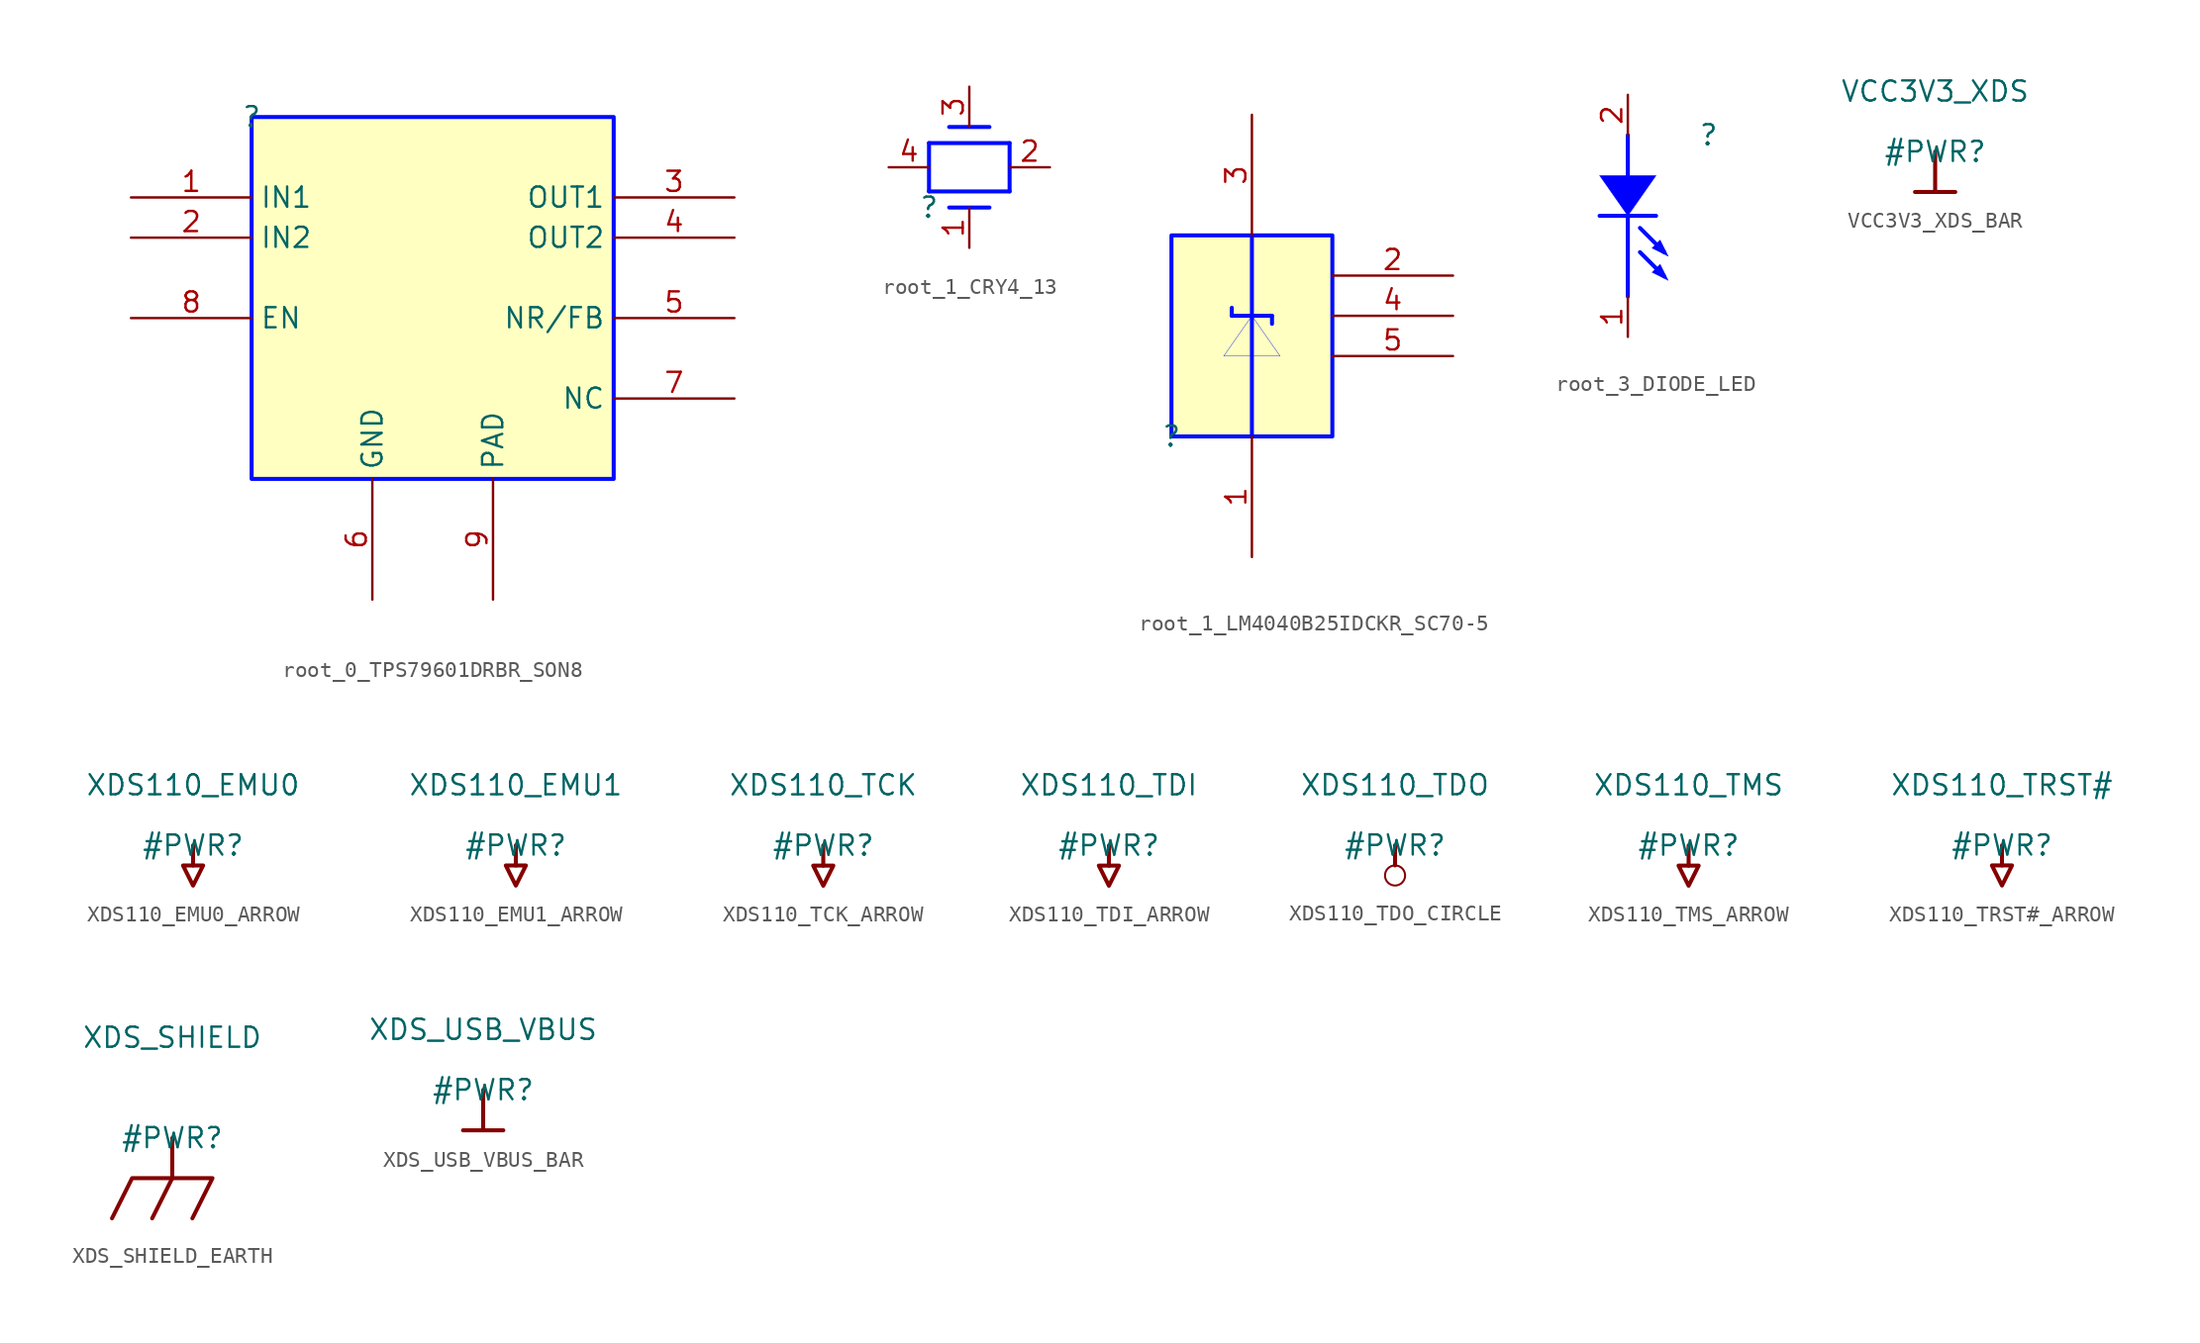
<source format=kicad_sym>
(kicad_symbol_lib
  (version 20231120)
  (generator "kicad_symbol_editor")
  (generator_version "8.0")
  (symbol "root_0_TPS79601DRBR_SON8"
    (property "Reference" ""
      (at 0 0 0)
      (effects (font (size 1.27 1.27))))
    (property "Value" ""
      (at 0 0 0)
      (effects (font (size 1.27 1.27))))
    (symbol "root_0_TPS79601DRBR_SON8_1_0"
      (rectangle (start 22.86 0) (end 0 -22.86) (stroke (width 0.254) (type solid) (color 0 11 255 1)) (fill (type background)))
      (pin input line (at -7.62 -5.08 0) (length 7.62) (name "IN1" (effects (font (size 1.27 1.27)))) (number "1" (effects (font (size 1.27 1.27)))))
      (pin input line (at -7.62 -7.62 0) (length 7.62) (name "IN2" (effects (font (size 1.27 1.27)))) (number "2" (effects (font (size 1.27 1.27)))))
      (pin output line (at 30.48 -5.08 180) (length 7.62) (name "OUT1" (effects (font (size 1.27 1.27)))) (number "3" (effects (font (size 1.27 1.27)))))
      (pin output line (at 30.48 -7.62 180) (length 7.62) (name "OUT2" (effects (font (size 1.27 1.27)))) (number "4" (effects (font (size 1.27 1.27)))))
      (pin passive line (at 30.48 -12.7 180) (length 7.62) (name "NR/FB" (effects (font (size 1.27 1.27)))) (number "5" (effects (font (size 1.27 1.27)))))
      (pin power_in line (at 7.62 -30.48 90) (length 7.62) (name "GND" (effects (font (size 1.27 1.27)))) (number "6" (effects (font (size 1.27 1.27)))))
      (pin passive line (at 30.48 -17.78 180) (length 7.62) (name "NC" (effects (font (size 1.27 1.27)))) (number "7" (effects (font (size 1.27 1.27)))))
      (pin passive line (at -7.62 -12.7 0) (length 7.62) (name "EN" (effects (font (size 1.27 1.27)))) (number "8" (effects (font (size 1.27 1.27)))))
      (pin power_in line (at 15.24 -30.48 90) (length 7.62) (name "PAD" (effects (font (size 1.27 1.27)))) (number "9" (effects (font (size 1.27 1.27)))))))
  (symbol "root_1_CRY4_13"
    (property "Reference" ""
      (at 0 0 0)
      (effects (font (size 1.27 1.27))))
    (property "Value" ""
      (at 0 0 0)
      (effects (font (size 1.27 1.27))))
    (symbol "root_1_CRY4_13_1_0"
      (polyline (pts (xy 0 1.016) (xy 5.08 1.016)) (stroke (width 0.254) (type solid) (color 0 11 255 1)) (fill (type none)))
      (polyline (pts (xy 0 4.064) (xy 0 1.016)) (stroke (width 0.254) (type solid) (color 0 11 255 1)) (fill (type none)))
      (polyline (pts (xy 1.27 0) (xy 3.81 0)) (stroke (width 0.254) (type solid) (color 0 11 255 1)) (fill (type none)))
      (polyline (pts (xy 1.27 5.08) (xy 3.81 5.08)) (stroke (width 0.254) (type solid) (color 0 11 255 1)) (fill (type none)))
      (polyline (pts (xy 5.08 1.016) (xy 5.08 4.064)) (stroke (width 0.254) (type solid) (color 0 11 255 1)) (fill (type none)))
      (polyline (pts (xy 5.08 4.064) (xy 0 4.064)) (stroke (width 0.254) (type solid) (color 0 11 255 1)) (fill (type none)))
      (pin passive line (at 2.54 -2.54 90) (length 2.54) (name "1" (effects (font (size 0 0)))) (number "1" (effects (font (size 1.27 1.27)))))
      (pin passive line (at 7.62 2.54 180) (length 2.54) (name "2" (effects (font (size 0 0)))) (number "2" (effects (font (size 1.27 1.27)))))
      (pin passive line (at 2.54 7.62 270) (length 2.54) (name "3" (effects (font (size 0 0)))) (number "3" (effects (font (size 1.27 1.27)))))
      (pin passive line (at -2.54 2.54 0) (length 2.54) (name "4" (effects (font (size 0 0)))) (number "4" (effects (font (size 1.27 1.27)))))))
  (symbol "root_1_LM4040B25IDCKR_SC70-5"
    (property "Reference" ""
      (at 0 0 0)
      (effects (font (size 1.27 1.27))))
    (property "Value" ""
      (at 0 0 0)
      (effects (font (size 1.27 1.27))))
    (symbol "root_1_LM4040B25IDCKR_SC70-5_1_0"
      (polyline (pts (xy 3.81 7.62) (xy 3.81 8.128)) (stroke (width 0.254) (type solid) (color 0 11 255 1)) (fill (type none)))
      (polyline (pts (xy 3.81 7.62) (xy 6.35 7.62)) (stroke (width 0.254) (type solid) (color 0 11 255 1)) (fill (type none)))
      (polyline (pts (xy 5.08 0) (xy 5.08 12.7)) (stroke (width 0.254) (type solid) (color 0 11 255 1)) (fill (type none)))
      (polyline (pts (xy 6.35 7.62) (xy 6.35 7.112)) (stroke (width 0.254) (type solid) (color 0 11 255 1)) (fill (type none)))
      (polyline (pts (xy 5.08 7.62) (xy 5.08 7.62) (xy 6.858 5.08) (xy 3.302 5.08) (xy 5.08 7.62) (xy 5.08 7.62)) (stroke (width 0.025) (type solid) (color 0 11 255 1)) (fill (type color) (color 0 0 255 1)))
      (rectangle (start 10.16 12.7) (end 0 0) (stroke (width 0.254) (type solid) (color 0 11 255 1)) (fill (type background)))
      (pin output line (at 5.08 -7.62 90) (length 7.62) (name "ANODE" (effects (font (size 0 0)))) (number "1" (effects (font (size 1.27 1.27)))))
      (pin passive line (at 17.78 10.16 180) (length 7.62) (name "NC1" (effects (font (size 0 0)))) (number "2" (effects (font (size 1.27 1.27)))))
      (pin bidirectional line (at 5.08 20.32 270) (length 7.62) (name "CATHODE" (effects (font (size 0 0)))) (number "3" (effects (font (size 1.27 1.27)))))
      (pin passive line (at 17.78 7.62 180) (length 7.62) (name "NC2" (effects (font (size 0 0)))) (number "4" (effects (font (size 1.27 1.27)))))
      (pin passive line (at 17.78 5.08 180) (length 7.62) (name "NC3" (effects (font (size 0 0)))) (number "5" (effects (font (size 1.27 1.27)))))))
  (symbol "root_3_DIODE_LED"
    (property "Reference" ""
      (at 0 0 0)
      (effects (font (size 1.27 1.27))))
    (property "Value" ""
      (at 0 0 0)
      (effects (font (size 1.27 1.27))))
    (symbol "root_3_DIODE_LED_1_0"
      (polyline (pts (xy -5.08 -5.08) (xy -5.08 -10.16)) (stroke (width 0.254) (type solid) (color 0 11 255 1)) (fill (type none)))
      (polyline (pts (xy -5.08 0) (xy -5.08 -2.54)) (stroke (width 0.254) (type solid) (color 0 11 255 1)) (fill (type none)))
      (polyline (pts (xy -3.302 -5.08) (xy -6.858 -5.08)) (stroke (width 0.254) (type solid) (color 0 11 255 1)) (fill (type none)))
      (polyline (pts (xy -2.794 -8.89) (xy -4.318 -7.366)) (stroke (width 0.254) (type solid) (color 0 11 255 1)) (fill (type none)))
      (polyline (pts (xy -2.794 -7.366) (xy -4.318 -5.842)) (stroke (width 0.254) (type solid) (color 0 11 255 1)) (fill (type none)))
      (polyline (pts (xy -5.08 -5.08) (xy -5.08 -5.08) (xy -6.858 -2.54) (xy -3.302 -2.54) (xy -5.08 -5.08) (xy -5.08 -5.08)) (stroke (width 0.025) (type solid) (color 0 11 255 1)) (fill (type color) (color 0 0 255 1)))
      (polyline (pts (xy -3.048 -8.128) (xy -3.048 -8.128) (xy -2.54 -9.144) (xy -3.556 -8.636) (xy -3.048 -8.128) (xy -3.048 -8.128)) (stroke (width 0.025) (type solid) (color 0 11 255 1)) (fill (type color) (color 0 0 255 1)))
      (polyline (pts (xy -3.048 -6.604) (xy -3.048 -6.604) (xy -2.54 -7.62) (xy -3.556 -7.112) (xy -3.048 -6.604) (xy -3.048 -6.604)) (stroke (width 0.025) (type solid) (color 0 11 255 1)) (fill (type color) (color 0 0 255 1)))
      (pin passive line (at -5.08 -12.7 90) (length 2.54) (name "CATHODE" (effects (font (size 0 0)))) (number "1" (effects (font (size 1.27 1.27)))))
      (pin passive line (at -5.08 2.54 270) (length 2.54) (name "ANODE" (effects (font (size 0 0)))) (number "2" (effects (font (size 1.27 1.27)))))))
  (symbol "VCC3V3_XDS_BAR"
    (power)
    (property "Reference" "#PWR"
      (at 0 0 0)
      (effects (font (size 1.27 1.27))))
    (property "Value" "VCC3V3_XDS"
      (at 0 3.81 0)
      (effects (font (size 1.27 1.27))))
    (symbol "VCC3V3_XDS_BAR_0_0"
      (polyline (pts (xy -1.27 -2.54) (xy 1.27 -2.54)) (stroke (width 0.254) (type solid)) (fill (type none)))
      (polyline (pts (xy 0 0) (xy 0 -2.54)) (stroke (width 0.254) (type solid)) (fill (type none)))
      (pin power_in line (at 0 0 0) (length 0) hide (name "VCC3V3_XDS" (effects (font (size 1.27 1.27)))) (number "" (effects (font (size 1.27 1.27)))))))
  (symbol "XDS110_EMU0_ARROW"
    (power)
    (property "Reference" "#PWR"
      (at 0 0 0)
      (effects (font (size 1.27 1.27))))
    (property "Value" "XDS110_EMU0"
      (at 0 3.81 0)
      (effects (font (size 1.27 1.27))))
    (symbol "XDS110_EMU0_ARROW_0_0"
      (polyline (pts (xy 0 0) (xy 0 -1.27)) (stroke (width 0.254) (type solid)) (fill (type none)))
      (polyline (pts (xy -0.635 -1.27) (xy 0.635 -1.27) (xy 0 -2.54) (xy -0.635 -1.27)) (stroke (width 0.254) (type solid)) (fill (type none)))
      (pin power_in line (at 0 0 0) (length 0) hide (name "XDS110_EMU0" (effects (font (size 1.27 1.27)))) (number "" (effects (font (size 1.27 1.27)))))))
  (symbol "XDS110_EMU1_ARROW"
    (power)
    (property "Reference" "#PWR"
      (at 0 0 0)
      (effects (font (size 1.27 1.27))))
    (property "Value" "XDS110_EMU1"
      (at 0 3.81 0)
      (effects (font (size 1.27 1.27))))
    (symbol "XDS110_EMU1_ARROW_0_0"
      (polyline (pts (xy 0 0) (xy 0 -1.27)) (stroke (width 0.254) (type solid)) (fill (type none)))
      (polyline (pts (xy -0.635 -1.27) (xy 0.635 -1.27) (xy 0 -2.54) (xy -0.635 -1.27)) (stroke (width 0.254) (type solid)) (fill (type none)))
      (pin power_in line (at 0 0 0) (length 0) hide (name "XDS110_EMU1" (effects (font (size 1.27 1.27)))) (number "" (effects (font (size 1.27 1.27)))))))
  (symbol "XDS110_TCK_ARROW"
    (power)
    (property "Reference" "#PWR"
      (at 0 0 0)
      (effects (font (size 1.27 1.27))))
    (property "Value" "XDS110_TCK"
      (at 0 3.81 0)
      (effects (font (size 1.27 1.27))))
    (symbol "XDS110_TCK_ARROW_0_0"
      (polyline (pts (xy 0 0) (xy 0 -1.27)) (stroke (width 0.254) (type solid)) (fill (type none)))
      (polyline (pts (xy -0.635 -1.27) (xy 0.635 -1.27) (xy 0 -2.54) (xy -0.635 -1.27)) (stroke (width 0.254) (type solid)) (fill (type none)))
      (pin power_in line (at 0 0 0) (length 0) hide (name "XDS110_TCK" (effects (font (size 1.27 1.27)))) (number "" (effects (font (size 1.27 1.27)))))))
  (symbol "XDS110_TDI_ARROW"
    (power)
    (property "Reference" "#PWR"
      (at 0 0 0)
      (effects (font (size 1.27 1.27))))
    (property "Value" "XDS110_TDI"
      (at 0 3.81 0)
      (effects (font (size 1.27 1.27))))
    (symbol "XDS110_TDI_ARROW_0_0"
      (polyline (pts (xy 0 0) (xy 0 -1.27)) (stroke (width 0.254) (type solid)) (fill (type none)))
      (polyline (pts (xy -0.635 -1.27) (xy 0.635 -1.27) (xy 0 -2.54) (xy -0.635 -1.27)) (stroke (width 0.254) (type solid)) (fill (type none)))
      (pin power_in line (at 0 0 0) (length 0) hide (name "XDS110_TDI" (effects (font (size 1.27 1.27)))) (number "" (effects (font (size 1.27 1.27)))))))
  (symbol "XDS110_TDO_CIRCLE"
    (power)
    (property "Reference" "#PWR"
      (at 0 0 0)
      (effects (font (size 1.27 1.27))))
    (property "Value" "XDS110_TDO"
      (at 0 3.81 0)
      (effects (font (size 1.27 1.27))))
    (symbol "XDS110_TDO_CIRCLE_0_0"
      (circle (center 0 -1.905) (radius 0.635) (stroke (width 0.127) (type solid)) (fill (type none)))
      (polyline (pts (xy 0 0) (xy 0 -1.27)) (stroke (width 0.254) (type solid)) (fill (type none)))
      (pin power_in line (at 0 0 0) (length 0) hide (name "XDS110_TDO" (effects (font (size 1.27 1.27)))) (number "" (effects (font (size 1.27 1.27)))))))
  (symbol "XDS110_TMS_ARROW"
    (power)
    (property "Reference" "#PWR"
      (at 0 0 0)
      (effects (font (size 1.27 1.27))))
    (property "Value" "XDS110_TMS"
      (at 0 3.81 0)
      (effects (font (size 1.27 1.27))))
    (symbol "XDS110_TMS_ARROW_0_0"
      (polyline (pts (xy 0 0) (xy 0 -1.27)) (stroke (width 0.254) (type solid)) (fill (type none)))
      (polyline (pts (xy -0.635 -1.27) (xy 0.635 -1.27) (xy 0 -2.54) (xy -0.635 -1.27)) (stroke (width 0.254) (type solid)) (fill (type none)))
      (pin power_in line (at 0 0 0) (length 0) hide (name "XDS110_TMS" (effects (font (size 1.27 1.27)))) (number "" (effects (font (size 1.27 1.27)))))))
  (symbol "XDS110_TRST#_ARROW"
    (power)
    (property "Reference" "#PWR"
      (at 0 0 0)
      (effects (font (size 1.27 1.27))))
    (property "Value" "XDS110_TRST#"
      (at 0 3.81 0)
      (effects (font (size 1.27 1.27))))
    (symbol "XDS110_TRST#_ARROW_0_0"
      (polyline (pts (xy 0 0) (xy 0 -1.27)) (stroke (width 0.254) (type solid)) (fill (type none)))
      (polyline (pts (xy -0.635 -1.27) (xy 0.635 -1.27) (xy 0 -2.54) (xy -0.635 -1.27)) (stroke (width 0.254) (type solid)) (fill (type none)))
      (pin power_in line (at 0 0 0) (length 0) hide (name "XDS110_TRST#" (effects (font (size 1.27 1.27)))) (number "" (effects (font (size 1.27 1.27)))))))
  (symbol "XDS_SHIELD_EARTH"
    (power)
    (property "Reference" "#PWR"
      (at 0 0 0)
      (effects (font (size 1.27 1.27))))
    (property "Value" "XDS_SHIELD"
      (at 0 6.35 0)
      (effects (font (size 1.27 1.27))))
    (symbol "XDS_SHIELD_EARTH_0_0"
      (polyline (pts (xy 0 -2.54) (xy -1.27 -5.08)) (stroke (width 0.254) (type solid)) (fill (type none)))
      (polyline (pts (xy 0 0) (xy 0 -2.54)) (stroke (width 0.254) (type solid)) (fill (type none)))
      (polyline (pts (xy -3.81 -5.08) (xy -2.54 -2.54) (xy 2.54 -2.54) (xy 1.27 -5.08)) (stroke (width 0.254) (type solid)) (fill (type none)))
      (pin power_in line (at 0 0 0) (length 0) hide (name "XDS_SHIELD" (effects (font (size 1.27 1.27)))) (number "" (effects (font (size 1.27 1.27)))))))
  (symbol "XDS_USB_VBUS_BAR"
    (power)
    (property "Reference" "#PWR"
      (at 0 0 0)
      (effects (font (size 1.27 1.27))))
    (property "Value" "XDS_USB_VBUS"
      (at 0 3.81 0)
      (effects (font (size 1.27 1.27))))
    (symbol "XDS_USB_VBUS_BAR_0_0"
      (polyline (pts (xy -1.27 -2.54) (xy 1.27 -2.54)) (stroke (width 0.254) (type solid)) (fill (type none)))
      (polyline (pts (xy 0 0) (xy 0 -2.54)) (stroke (width 0.254) (type solid)) (fill (type none)))
      (pin power_in line (at 0 0 0) (length 0) hide (name "XDS_USB_VBUS" (effects (font (size 1.27 1.27)))) (number "" (effects (font (size 1.27 1.27))))))))
</source>
